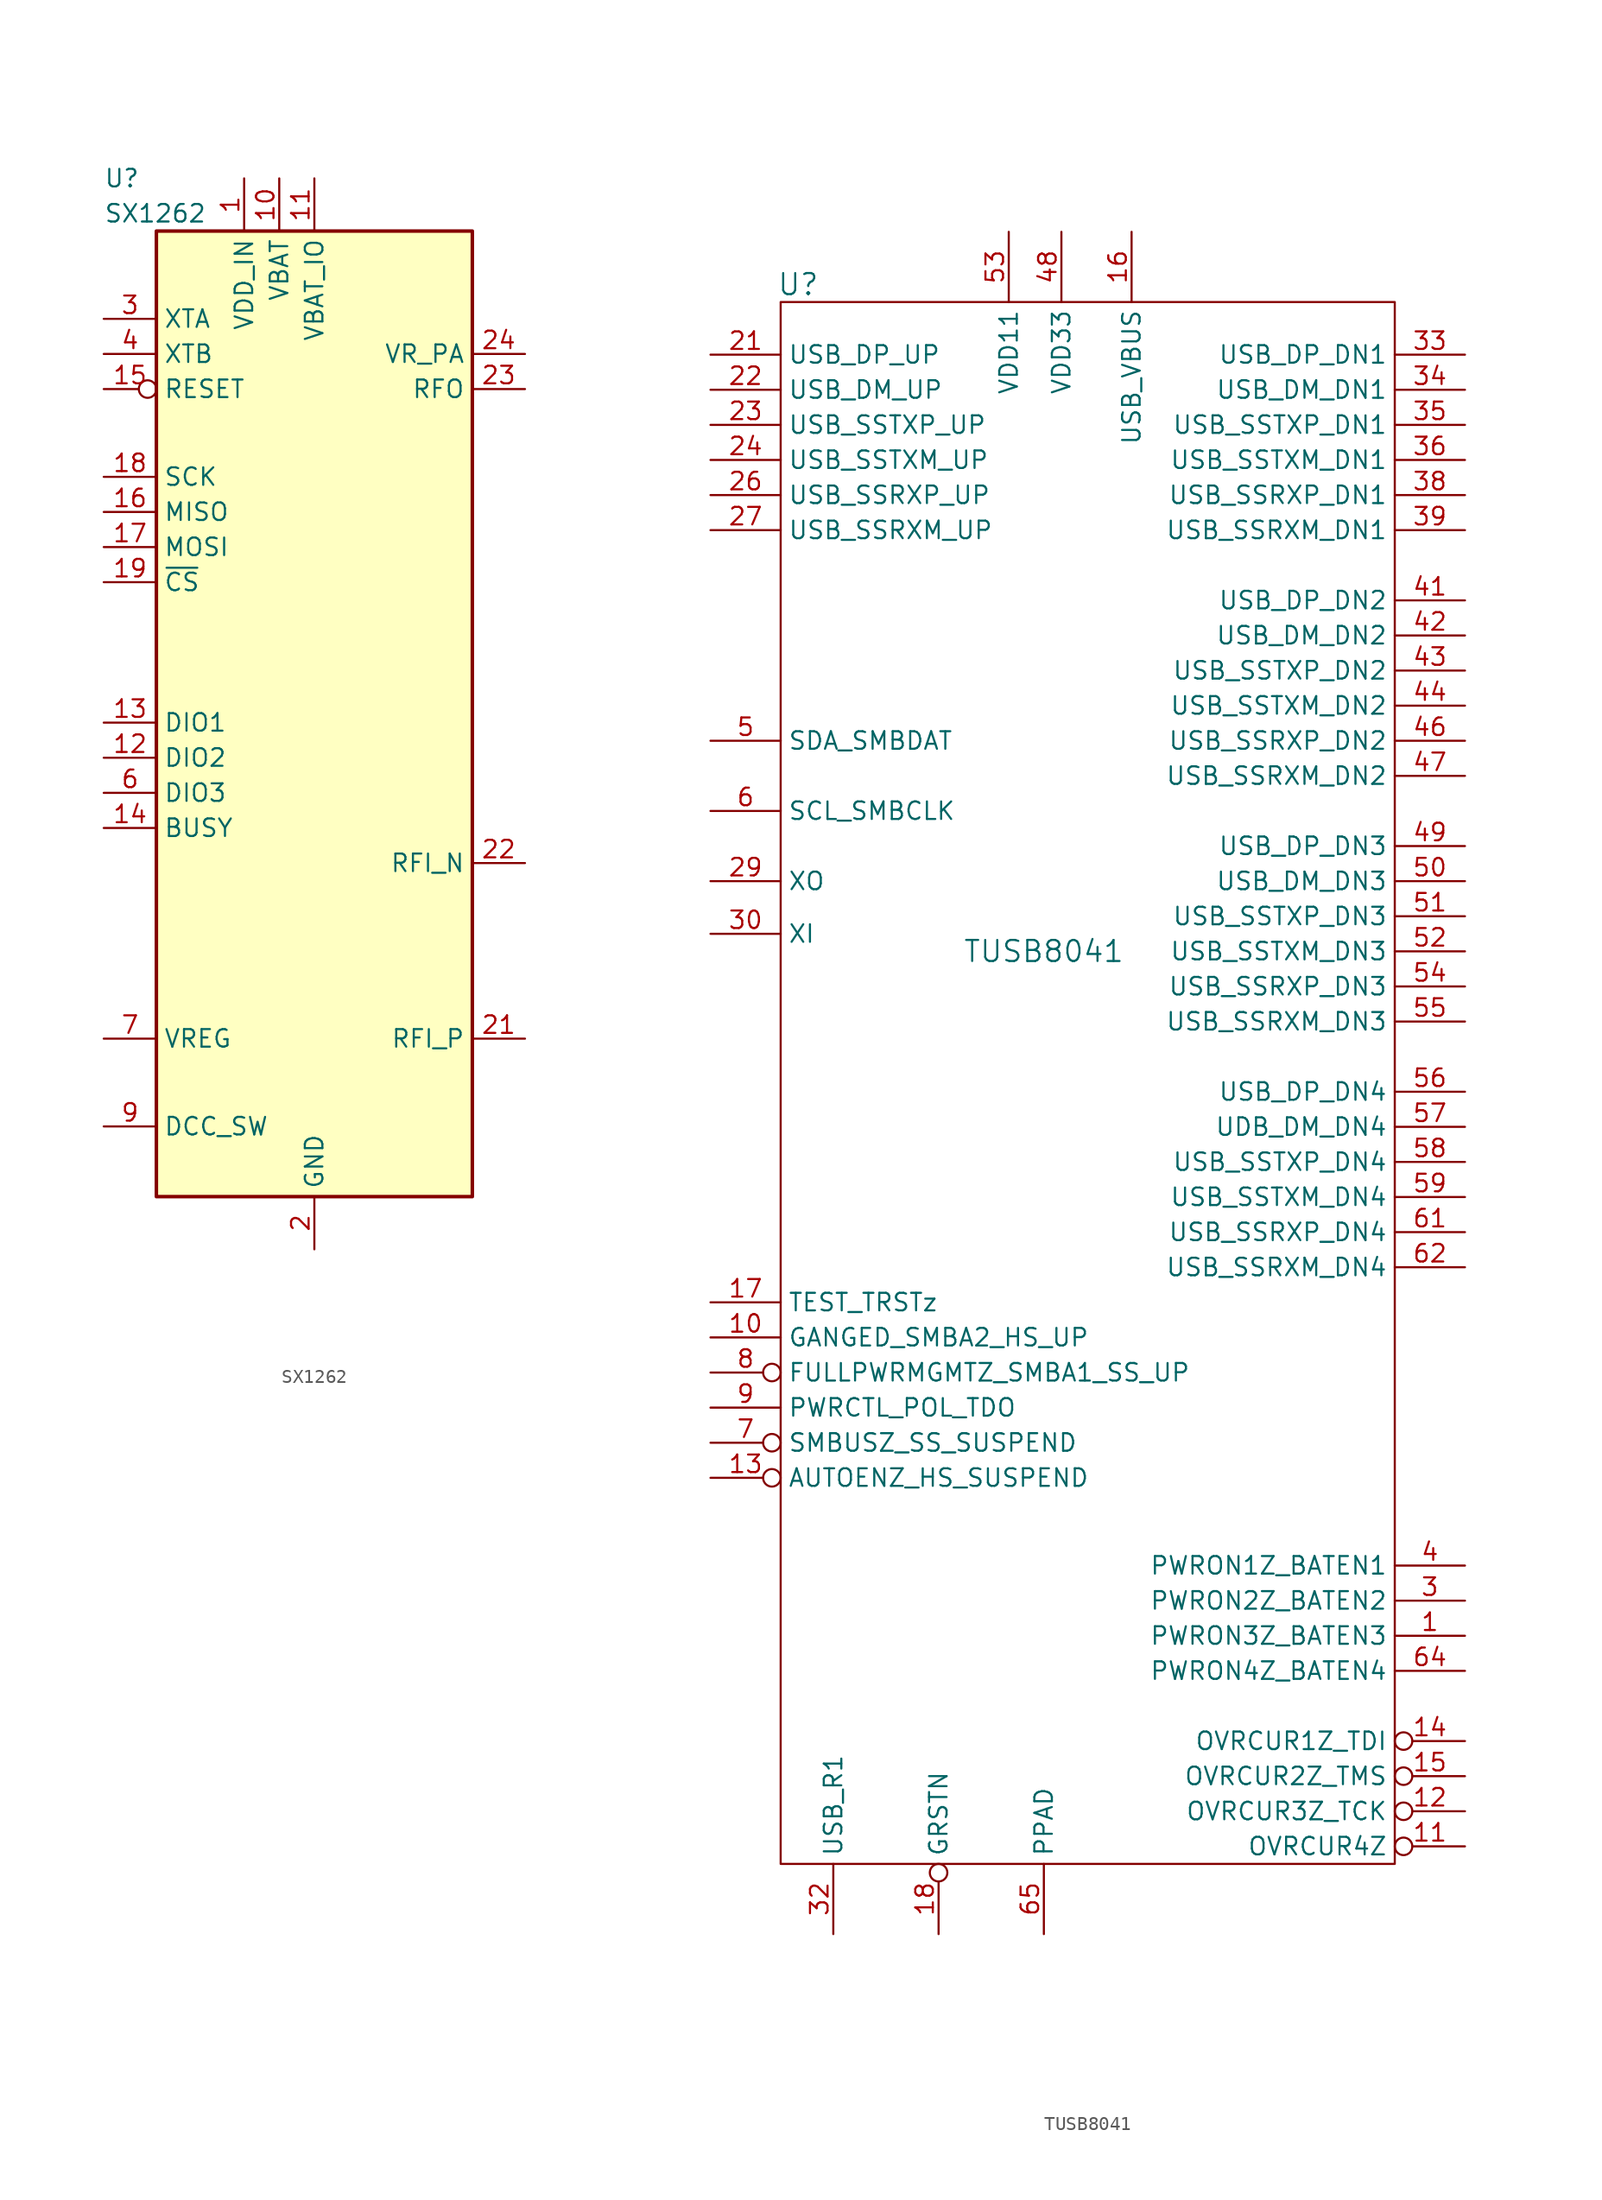
<source format=kicad_sym>
(kicad_symbol_lib
  (version 20220914)
  (generator kicad_symbol_editor)
  (symbol "SX1262"
    (property "Reference" "U"
      (at -15.24 25.4 0)
      (effects (font (size 1.27 1.27)) (justify left)))
    (property "Value" "SX1262"
      (at -15.24 22.86 0)
      (effects (font (size 1.27 1.27)) (justify left)))
    (symbol "SX1262_0_1"
      (rectangle (start -11.43 21.59) (end 11.43 -48.26) (stroke (width 0.254) (type default)) (fill (type background))))
    (symbol "SX1262_1_1"
      (pin power_in line (at -5.08 25.4 270) (length 3.81) (name "VDD_IN" (effects (font (size 1.27 1.27)))) (number "1" (effects (font (size 1.27 1.27)))))
      (pin power_in line (at -2.54 25.4 270) (length 3.81) (name "VBAT" (effects (font (size 1.27 1.27)))) (number "10" (effects (font (size 1.27 1.27)))))
      (pin power_in line (at 0 25.4 270) (length 3.81) (name "VBAT_IO" (effects (font (size 1.27 1.27)))) (number "11" (effects (font (size 1.27 1.27)))))
      (pin bidirectional line (at -15.24 -16.51 0) (length 3.81) (name "DIO2" (effects (font (size 1.27 1.27)))) (number "12" (effects (font (size 1.27 1.27)))))
      (pin bidirectional line (at -15.24 -13.97 0) (length 3.81) (name "DIO1" (effects (font (size 1.27 1.27)))) (number "13" (effects (font (size 1.27 1.27)))))
      (pin passive line (at -15.24 -21.59 0) (length 3.81) (name "BUSY" (effects (font (size 1.27 1.27)))) (number "14" (effects (font (size 1.27 1.27)))))
      (pin input inverted (at -15.24 10.16 0) (length 3.81) (name "RESET" (effects (font (size 1.27 1.27)))) (number "15" (effects (font (size 1.27 1.27)))))
      (pin output line (at -15.24 1.27 0) (length 3.81) (name "MISO" (effects (font (size 1.27 1.27)))) (number "16" (effects (font (size 1.27 1.27)))))
      (pin input line (at -15.24 -1.27 0) (length 3.81) (name "MOSI" (effects (font (size 1.27 1.27)))) (number "17" (effects (font (size 1.27 1.27)))))
      (pin input line (at -15.24 3.81 0) (length 3.81) (name "SCK" (effects (font (size 1.27 1.27)))) (number "18" (effects (font (size 1.27 1.27)))))
      (pin input line (at -15.24 -3.81 0) (length 3.81) (name "~{CS}" (effects (font (size 1.27 1.27)))) (number "19" (effects (font (size 1.27 1.27)))))
      (pin power_in line (at 0 -52.07 90) (length 3.81) (name "GND" (effects (font (size 1.27 1.27)))) (number "2" (effects (font (size 1.27 1.27)))))
      (pin passive line (at 0 -52.07 90) (length 3.81) hide (name "GND" (effects (font (size 1.27 1.27)))) (number "20" (effects (font (size 1.27 1.27)))))
      (pin input line (at 15.24 -36.83 180) (length 3.81) (name "RFI_P" (effects (font (size 1.27 1.27)))) (number "21" (effects (font (size 1.27 1.27)))))
      (pin input line (at 15.24 -24.13 180) (length 3.81) (name "RFI_N" (effects (font (size 1.27 1.27)))) (number "22" (effects (font (size 1.27 1.27)))))
      (pin output line (at 15.24 10.16 180) (length 3.81) (name "RFO" (effects (font (size 1.27 1.27)))) (number "23" (effects (font (size 1.27 1.27)))))
      (pin unspecified line (at 15.24 12.7 180) (length 3.81) (name "VR_PA" (effects (font (size 1.27 1.27)))) (number "24" (effects (font (size 1.27 1.27)))))
      (pin power_in line (at 0 -52.07 90) (length 3.81) hide (name "GND" (effects (font (size 1.27 1.27)))) (number "25" (effects (font (size 1.27 1.27)))))
      (pin bidirectional line (at -15.24 15.24 0) (length 3.81) (name "XTA" (effects (font (size 1.27 1.27)))) (number "3" (effects (font (size 1.27 1.27)))))
      (pin bidirectional line (at -15.24 12.7 0) (length 3.81) (name "XTB" (effects (font (size 1.27 1.27)))) (number "4" (effects (font (size 1.27 1.27)))))
      (pin passive line (at 0 -52.07 90) (length 3.81) hide (name "GND" (effects (font (size 1.27 1.27)))) (number "5" (effects (font (size 1.27 1.27)))))
      (pin bidirectional line (at -15.24 -19.05 0) (length 3.81) (name "DIO3" (effects (font (size 1.27 1.27)))) (number "6" (effects (font (size 1.27 1.27)))))
      (pin passive line (at -15.24 -36.83 0) (length 3.81) (name "VREG" (effects (font (size 1.27 1.27)))) (number "7" (effects (font (size 1.27 1.27)))))
      (pin passive line (at 0 -52.07 90) (length 3.81) hide (name "GND" (effects (font (size 1.27 1.27)))) (number "8" (effects (font (size 1.27 1.27)))))
      (pin passive line (at -15.24 -43.18 0) (length 3.81) (name "DCC_SW" (effects (font (size 1.27 1.27)))) (number "9" (effects (font (size 1.27 1.27)))))))
  (symbol "TUSB8041"
    (property "Reference" "U"
      (at -22.86 48.26 0)
      (effects (font (size 1.524 1.524))))
    (property "Value" "TUSB8041"
      (at -5.08 0 0)
      (effects (font (size 1.524 1.524))))
    (property "Footprint" ""
      (at -5.08 0 0)
      (effects (font (size 1.524 1.524))))
    (property "Datasheet" ""
      (at -5.08 0 0)
      (effects (font (size 1.524 1.524))))
    (symbol "TUSB8041_0_1"
      (rectangle (start -24.13 46.99) (end 20.32 -66.04) (stroke (width 0) (type default)) (fill (type none))))
    (symbol "TUSB8041_1_1"
      (pin unspecified line (at 25.4 -49.53 180) (length 5.08) (name "PWRON3Z_BATEN3" (effects (font (size 1.27 1.27)))) (number "1" (effects (font (size 1.27 1.27)))))
      (pin unspecified line (at -29.21 -27.94 0) (length 5.08) (name "GANGED_SMBA2_HS_UP" (effects (font (size 1.27 1.27)))) (number "10" (effects (font (size 1.27 1.27)))))
      (pin unspecified inverted (at 25.4 -64.77 180) (length 5.08) (name "OVRCUR4Z" (effects (font (size 1.27 1.27)))) (number "11" (effects (font (size 1.27 1.27)))))
      (pin unspecified inverted (at 25.4 -62.23 180) (length 5.08) (name "OVRCUR3Z_TCK" (effects (font (size 1.27 1.27)))) (number "12" (effects (font (size 1.27 1.27)))))
      (pin unspecified inverted (at -29.21 -38.1 0) (length 5.08) (name "AUTOENZ_HS_SUSPEND" (effects (font (size 1.27 1.27)))) (number "13" (effects (font (size 1.27 1.27)))))
      (pin unspecified inverted (at 25.4 -57.15 180) (length 5.08) (name "OVRCUR1Z_TDI" (effects (font (size 1.27 1.27)))) (number "14" (effects (font (size 1.27 1.27)))))
      (pin unspecified inverted (at 25.4 -59.69 180) (length 5.08) (name "OVRCUR2Z_TMS" (effects (font (size 1.27 1.27)))) (number "15" (effects (font (size 1.27 1.27)))))
      (pin unspecified line (at 1.27 52.07 270) (length 5.08) (name "USB_VBUS" (effects (font (size 1.27 1.27)))) (number "16" (effects (font (size 1.27 1.27)))))
      (pin unspecified line (at -29.21 -25.4 0) (length 5.08) (name "TEST_TRSTz" (effects (font (size 1.27 1.27)))) (number "17" (effects (font (size 1.27 1.27)))))
      (pin unspecified inverted (at -12.7 -71.12 90) (length 5.08) (name "GRSTN" (effects (font (size 1.27 1.27)))) (number "18" (effects (font (size 1.27 1.27)))))
      (pin unspecified line (at -7.62 52.07 270) (length 5.08) hide (name "VDD11" (effects (font (size 1.27 1.27)))) (number "19" (effects (font (size 1.27 1.27)))))
      (pin unspecified line (at -3.81 52.07 270) (length 5.08) hide (name "VDD33" (effects (font (size 1.27 1.27)))) (number "2" (effects (font (size 1.27 1.27)))))
      (pin unspecified line (at -3.81 52.07 270) (length 5.08) hide (name "VDD33" (effects (font (size 1.27 1.27)))) (number "20" (effects (font (size 1.27 1.27)))))
      (pin unspecified line (at -29.21 43.18 0) (length 5.08) (name "USB_DP_UP" (effects (font (size 1.27 1.27)))) (number "21" (effects (font (size 1.27 1.27)))))
      (pin unspecified line (at -29.21 40.64 0) (length 5.08) (name "USB_DM_UP" (effects (font (size 1.27 1.27)))) (number "22" (effects (font (size 1.27 1.27)))))
      (pin unspecified line (at -29.21 38.1 0) (length 5.08) (name "USB_SSTXP_UP" (effects (font (size 1.27 1.27)))) (number "23" (effects (font (size 1.27 1.27)))))
      (pin unspecified line (at -29.21 35.56 0) (length 5.08) (name "USB_SSTXM_UP" (effects (font (size 1.27 1.27)))) (number "24" (effects (font (size 1.27 1.27)))))
      (pin unspecified line (at -7.62 52.07 270) (length 5.08) hide (name "VDD11" (effects (font (size 1.27 1.27)))) (number "25" (effects (font (size 1.27 1.27)))))
      (pin unspecified line (at -29.21 33.02 0) (length 5.08) (name "USB_SSRXP_UP" (effects (font (size 1.27 1.27)))) (number "26" (effects (font (size 1.27 1.27)))))
      (pin unspecified line (at -29.21 30.48 0) (length 5.08) (name "USB_SSRXM_UP" (effects (font (size 1.27 1.27)))) (number "27" (effects (font (size 1.27 1.27)))))
      (pin unspecified line (at -1.27 25.4 180) (length 5.08) hide (name "NC" (effects (font (size 1.27 1.27)))) (number "28" (effects (font (size 1.27 1.27)))))
      (pin unspecified line (at -29.21 5.08 0) (length 5.08) (name "XO" (effects (font (size 1.27 1.27)))) (number "29" (effects (font (size 1.27 1.27)))))
      (pin unspecified line (at 25.4 -46.99 180) (length 5.08) (name "PWRON2Z_BATEN2" (effects (font (size 1.27 1.27)))) (number "3" (effects (font (size 1.27 1.27)))))
      (pin unspecified line (at -29.21 1.27 0) (length 5.08) (name "XI" (effects (font (size 1.27 1.27)))) (number "30" (effects (font (size 1.27 1.27)))))
      (pin unspecified line (at -3.81 52.07 270) (length 5.08) hide (name "VDD33" (effects (font (size 1.27 1.27)))) (number "31" (effects (font (size 1.27 1.27)))))
      (pin unspecified line (at -20.32 -71.12 90) (length 5.08) (name "USB_R1" (effects (font (size 1.27 1.27)))) (number "32" (effects (font (size 1.27 1.27)))))
      (pin unspecified line (at 25.4 43.18 180) (length 5.08) (name "USB_DP_DN1" (effects (font (size 1.27 1.27)))) (number "33" (effects (font (size 1.27 1.27)))))
      (pin unspecified line (at 25.4 40.64 180) (length 5.08) (name "USB_DM_DN1" (effects (font (size 1.27 1.27)))) (number "34" (effects (font (size 1.27 1.27)))))
      (pin unspecified line (at 25.4 38.1 180) (length 5.08) (name "USB_SSTXP_DN1" (effects (font (size 1.27 1.27)))) (number "35" (effects (font (size 1.27 1.27)))))
      (pin unspecified line (at 25.4 35.56 180) (length 5.08) (name "USB_SSTXM_DN1" (effects (font (size 1.27 1.27)))) (number "36" (effects (font (size 1.27 1.27)))))
      (pin unspecified line (at -7.62 52.07 270) (length 5.08) hide (name "VDD11" (effects (font (size 1.27 1.27)))) (number "37" (effects (font (size 1.27 1.27)))))
      (pin unspecified line (at 25.4 33.02 180) (length 5.08) (name "USB_SSRXP_DN1" (effects (font (size 1.27 1.27)))) (number "38" (effects (font (size 1.27 1.27)))))
      (pin unspecified line (at 25.4 30.48 180) (length 5.08) (name "USB_SSRXM_DN1" (effects (font (size 1.27 1.27)))) (number "39" (effects (font (size 1.27 1.27)))))
      (pin unspecified line (at 25.4 -44.45 180) (length 5.08) (name "PWRON1Z_BATEN1" (effects (font (size 1.27 1.27)))) (number "4" (effects (font (size 1.27 1.27)))))
      (pin unspecified line (at -1.27 22.86 180) (length 5.08) hide (name "NC" (effects (font (size 1.27 1.27)))) (number "40" (effects (font (size 1.27 1.27)))))
      (pin unspecified line (at 25.4 25.4 180) (length 5.08) (name "USB_DP_DN2" (effects (font (size 1.27 1.27)))) (number "41" (effects (font (size 1.27 1.27)))))
      (pin unspecified line (at 25.4 22.86 180) (length 5.08) (name "USB_DM_DN2" (effects (font (size 1.27 1.27)))) (number "42" (effects (font (size 1.27 1.27)))))
      (pin unspecified line (at 25.4 20.32 180) (length 5.08) (name "USB_SSTXP_DN2" (effects (font (size 1.27 1.27)))) (number "43" (effects (font (size 1.27 1.27)))))
      (pin unspecified line (at 25.4 17.78 180) (length 5.08) (name "USB_SSTXM_DN2" (effects (font (size 1.27 1.27)))) (number "44" (effects (font (size 1.27 1.27)))))
      (pin unspecified line (at -7.62 52.07 270) (length 5.08) hide (name "VDD11" (effects (font (size 1.27 1.27)))) (number "45" (effects (font (size 1.27 1.27)))))
      (pin unspecified line (at 25.4 15.24 180) (length 5.08) (name "USB_SSRXP_DN2" (effects (font (size 1.27 1.27)))) (number "46" (effects (font (size 1.27 1.27)))))
      (pin unspecified line (at 25.4 12.7 180) (length 5.08) (name "USB_SSRXM_DN2" (effects (font (size 1.27 1.27)))) (number "47" (effects (font (size 1.27 1.27)))))
      (pin unspecified line (at -3.81 52.07 270) (length 5.08) (name "VDD33" (effects (font (size 1.27 1.27)))) (number "48" (effects (font (size 1.27 1.27)))))
      (pin unspecified line (at 25.4 7.62 180) (length 5.08) (name "USB_DP_DN3" (effects (font (size 1.27 1.27)))) (number "49" (effects (font (size 1.27 1.27)))))
      (pin unspecified line (at -29.21 15.24 0) (length 5.08) (name "SDA_SMBDAT" (effects (font (size 1.27 1.27)))) (number "5" (effects (font (size 1.27 1.27)))))
      (pin unspecified line (at 25.4 5.08 180) (length 5.08) (name "USB_DM_DN3" (effects (font (size 1.27 1.27)))) (number "50" (effects (font (size 1.27 1.27)))))
      (pin unspecified line (at 25.4 2.54 180) (length 5.08) (name "USB_SSTXP_DN3" (effects (font (size 1.27 1.27)))) (number "51" (effects (font (size 1.27 1.27)))))
      (pin unspecified line (at 25.4 0 180) (length 5.08) (name "USB_SSTXM_DN3" (effects (font (size 1.27 1.27)))) (number "52" (effects (font (size 1.27 1.27)))))
      (pin unspecified line (at -7.62 52.07 270) (length 5.08) (name "VDD11" (effects (font (size 1.27 1.27)))) (number "53" (effects (font (size 1.27 1.27)))))
      (pin unspecified line (at 25.4 -2.54 180) (length 5.08) (name "USB_SSRXP_DN3" (effects (font (size 1.27 1.27)))) (number "54" (effects (font (size 1.27 1.27)))))
      (pin unspecified line (at 25.4 -5.08 180) (length 5.08) (name "USB_SSRXM_DN3" (effects (font (size 1.27 1.27)))) (number "55" (effects (font (size 1.27 1.27)))))
      (pin unspecified line (at 25.4 -10.16 180) (length 5.08) (name "USB_DP_DN4" (effects (font (size 1.27 1.27)))) (number "56" (effects (font (size 1.27 1.27)))))
      (pin unspecified line (at 25.4 -12.7 180) (length 5.08) (name "UDB_DM_DN4" (effects (font (size 1.27 1.27)))) (number "57" (effects (font (size 1.27 1.27)))))
      (pin unspecified line (at 25.4 -15.24 180) (length 5.08) (name "USB_SSTXP_DN4" (effects (font (size 1.27 1.27)))) (number "58" (effects (font (size 1.27 1.27)))))
      (pin unspecified line (at 25.4 -17.78 180) (length 5.08) (name "USB_SSTXM_DN4" (effects (font (size 1.27 1.27)))) (number "59" (effects (font (size 1.27 1.27)))))
      (pin unspecified line (at -29.21 10.16 0) (length 5.08) (name "SCL_SMBCLK" (effects (font (size 1.27 1.27)))) (number "6" (effects (font (size 1.27 1.27)))))
      (pin unspecified line (at -7.62 52.07 270) (length 5.08) hide (name "VDD11" (effects (font (size 1.27 1.27)))) (number "60" (effects (font (size 1.27 1.27)))))
      (pin unspecified line (at 25.4 -20.32 180) (length 5.08) (name "USB_SSRXP_DN4" (effects (font (size 1.27 1.27)))) (number "61" (effects (font (size 1.27 1.27)))))
      (pin unspecified line (at 25.4 -22.86 180) (length 5.08) (name "USB_SSRXM_DN4" (effects (font (size 1.27 1.27)))) (number "62" (effects (font (size 1.27 1.27)))))
      (pin unspecified line (at -7.62 52.07 270) (length 5.08) hide (name "VDD11" (effects (font (size 1.27 1.27)))) (number "63" (effects (font (size 1.27 1.27)))))
      (pin unspecified line (at 25.4 -52.07 180) (length 5.08) (name "PWRON4Z_BATEN4" (effects (font (size 1.27 1.27)))) (number "64" (effects (font (size 1.27 1.27)))))
      (pin unspecified line (at -5.08 -71.12 90) (length 5.08) (name "PPAD" (effects (font (size 1.27 1.27)))) (number "65" (effects (font (size 1.27 1.27)))))
      (pin unspecified inverted (at -29.21 -35.56 0) (length 5.08) (name "SMBUSZ_SS_SUSPEND" (effects (font (size 1.27 1.27)))) (number "7" (effects (font (size 1.27 1.27)))))
      (pin unspecified inverted (at -29.21 -30.48 0) (length 5.08) (name "FULLPWRMGMTZ_SMBA1_SS_UP" (effects (font (size 1.27 1.27)))) (number "8" (effects (font (size 1.27 1.27)))))
      (pin unspecified line (at -29.21 -33.02 0) (length 5.08) (name "PWRCTL_POL_TDO" (effects (font (size 1.27 1.27)))) (number "9" (effects (font (size 1.27 1.27))))))))
</source>
